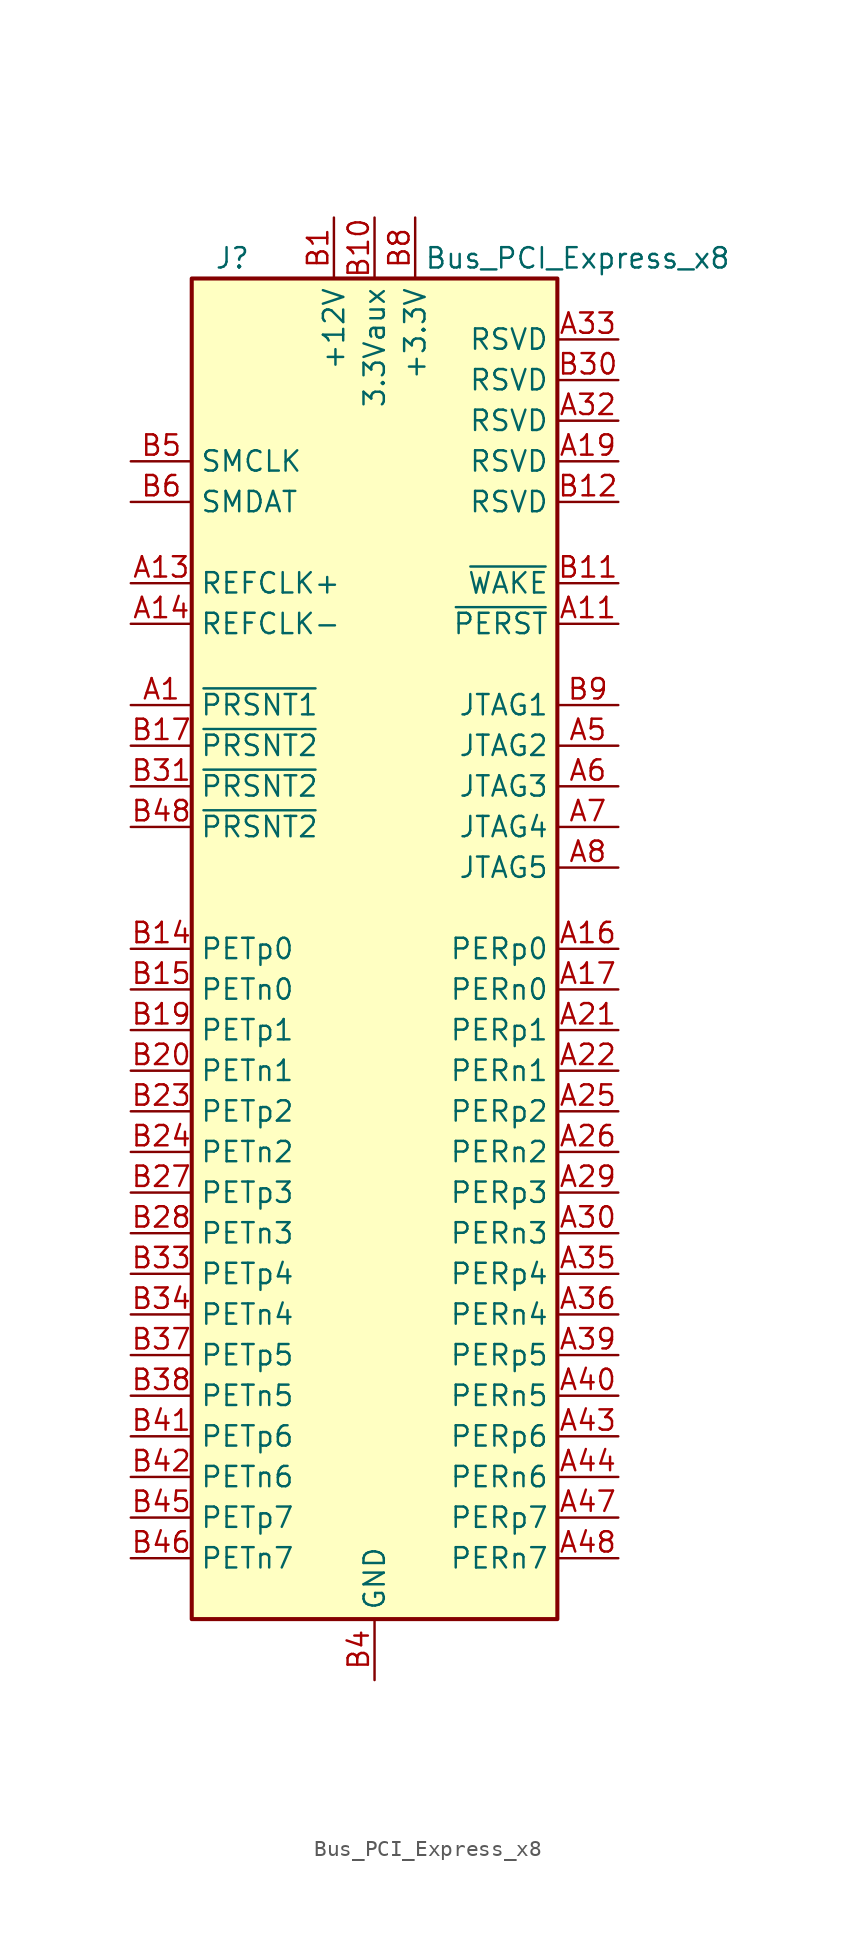
<source format=kicad_sym>
(kicad_symbol_lib
  (version 20201005)
  (generator kicad_symbol_editor)
  (symbol "Connector:Bus_PCI_Express_x8"
    (property "Reference" "J"
      (at -8.89 43.18 0)
      (effects (font (size 1.27 1.27))))
    (property "Value" "Bus_PCI_Express_x8"
      (at 12.7 43.18 0)
      (effects (font (size 1.27 1.27))))
    (symbol "Bus_PCI_Express_x8_0_1"
      (rectangle (start -11.43 41.91) (end 11.43 -41.91) (stroke (width 0.254)) (fill (type background))))
    (symbol "Bus_PCI_Express_x8_1_1"
      (pin passive line (at -15.24 15.24 0) (length 3.81) (name "~PRSNT1" (effects (font (size 1.27 1.27)))) (number "A1" (effects (font (size 1.27 1.27)))))
      (pin passive line (at 2.54 45.72 270) (length 3.81) hide (name "+3.3V" (effects (font (size 1.27 1.27)))) (number "A10" (effects (font (size 1.27 1.27)))))
      (pin input line (at 15.24 20.32 180) (length 3.81) (name "~PERST" (effects (font (size 1.27 1.27)))) (number "A11" (effects (font (size 1.27 1.27)))))
      (pin passive line (at 0 -45.72 90) (length 3.81) hide (name "GND" (effects (font (size 1.27 1.27)))) (number "A12" (effects (font (size 1.27 1.27)))))
      (pin input line (at -15.24 22.86 0) (length 3.81) (name "REFCLK+" (effects (font (size 1.27 1.27)))) (number "A13" (effects (font (size 1.27 1.27)))))
      (pin input line (at -15.24 20.32 0) (length 3.81) (name "REFCLK-" (effects (font (size 1.27 1.27)))) (number "A14" (effects (font (size 1.27 1.27)))))
      (pin passive line (at 0 -45.72 90) (length 3.81) hide (name "GND" (effects (font (size 1.27 1.27)))) (number "A15" (effects (font (size 1.27 1.27)))))
      (pin output line (at 15.24 0 180) (length 3.81) (name "PERp0" (effects (font (size 1.27 1.27)))) (number "A16" (effects (font (size 1.27 1.27)))))
      (pin output line (at 15.24 -2.54 180) (length 3.81) (name "PERn0" (effects (font (size 1.27 1.27)))) (number "A17" (effects (font (size 1.27 1.27)))))
      (pin passive line (at 0 -45.72 90) (length 3.81) hide (name "GND" (effects (font (size 1.27 1.27)))) (number "A18" (effects (font (size 1.27 1.27)))))
      (pin passive line (at 15.24 30.48 180) (length 3.81) (name "RSVD" (effects (font (size 1.27 1.27)))) (number "A19" (effects (font (size 1.27 1.27)))))
      (pin passive line (at -2.54 45.72 270) (length 3.81) hide (name "+12V" (effects (font (size 1.27 1.27)))) (number "A2" (effects (font (size 1.27 1.27)))))
      (pin passive line (at 0 -45.72 90) (length 3.81) hide (name "GND" (effects (font (size 1.27 1.27)))) (number "A20" (effects (font (size 1.27 1.27)))))
      (pin output line (at 15.24 -5.08 180) (length 3.81) (name "PERp1" (effects (font (size 1.27 1.27)))) (number "A21" (effects (font (size 1.27 1.27)))))
      (pin output line (at 15.24 -7.62 180) (length 3.81) (name "PERn1" (effects (font (size 1.27 1.27)))) (number "A22" (effects (font (size 1.27 1.27)))))
      (pin passive line (at 0 -45.72 90) (length 3.81) hide (name "GND" (effects (font (size 1.27 1.27)))) (number "A23" (effects (font (size 1.27 1.27)))))
      (pin passive line (at 0 -45.72 90) (length 3.81) hide (name "GND" (effects (font (size 1.27 1.27)))) (number "A24" (effects (font (size 1.27 1.27)))))
      (pin output line (at 15.24 -10.16 180) (length 3.81) (name "PERp2" (effects (font (size 1.27 1.27)))) (number "A25" (effects (font (size 1.27 1.27)))))
      (pin output line (at 15.24 -12.7 180) (length 3.81) (name "PERn2" (effects (font (size 1.27 1.27)))) (number "A26" (effects (font (size 1.27 1.27)))))
      (pin passive line (at 0 -45.72 90) (length 3.81) hide (name "GND" (effects (font (size 1.27 1.27)))) (number "A27" (effects (font (size 1.27 1.27)))))
      (pin passive line (at 0 -45.72 90) (length 3.81) hide (name "GND" (effects (font (size 1.27 1.27)))) (number "A28" (effects (font (size 1.27 1.27)))))
      (pin output line (at 15.24 -15.24 180) (length 3.81) (name "PERp3" (effects (font (size 1.27 1.27)))) (number "A29" (effects (font (size 1.27 1.27)))))
      (pin passive line (at -2.54 45.72 270) (length 3.81) hide (name "+12V" (effects (font (size 1.27 1.27)))) (number "A3" (effects (font (size 1.27 1.27)))))
      (pin output line (at 15.24 -17.78 180) (length 3.81) (name "PERn3" (effects (font (size 1.27 1.27)))) (number "A30" (effects (font (size 1.27 1.27)))))
      (pin passive line (at 0 -45.72 90) (length 3.81) hide (name "GND" (effects (font (size 1.27 1.27)))) (number "A31" (effects (font (size 1.27 1.27)))))
      (pin passive line (at 15.24 33.02 180) (length 3.81) (name "RSVD" (effects (font (size 1.27 1.27)))) (number "A32" (effects (font (size 1.27 1.27)))))
      (pin passive line (at 15.24 38.1 180) (length 3.81) (name "RSVD" (effects (font (size 1.27 1.27)))) (number "A33" (effects (font (size 1.27 1.27)))))
      (pin passive line (at 0 -45.72 90) (length 3.81) hide (name "GND" (effects (font (size 1.27 1.27)))) (number "A34" (effects (font (size 1.27 1.27)))))
      (pin output line (at 15.24 -20.32 180) (length 3.81) (name "PERp4" (effects (font (size 1.27 1.27)))) (number "A35" (effects (font (size 1.27 1.27)))))
      (pin output line (at 15.24 -22.86 180) (length 3.81) (name "PERn4" (effects (font (size 1.27 1.27)))) (number "A36" (effects (font (size 1.27 1.27)))))
      (pin passive line (at 0 -45.72 90) (length 3.81) hide (name "GND" (effects (font (size 1.27 1.27)))) (number "A37" (effects (font (size 1.27 1.27)))))
      (pin passive line (at 0 -45.72 90) (length 3.81) hide (name "GND" (effects (font (size 1.27 1.27)))) (number "A38" (effects (font (size 1.27 1.27)))))
      (pin output line (at 15.24 -25.4 180) (length 3.81) (name "PERp5" (effects (font (size 1.27 1.27)))) (number "A39" (effects (font (size 1.27 1.27)))))
      (pin passive line (at 0 -45.72 90) (length 3.81) hide (name "GND" (effects (font (size 1.27 1.27)))) (number "A4" (effects (font (size 1.27 1.27)))))
      (pin output line (at 15.24 -27.94 180) (length 3.81) (name "PERn5" (effects (font (size 1.27 1.27)))) (number "A40" (effects (font (size 1.27 1.27)))))
      (pin passive line (at 0 -45.72 90) (length 3.81) hide (name "GND" (effects (font (size 1.27 1.27)))) (number "A41" (effects (font (size 1.27 1.27)))))
      (pin passive line (at 0 -45.72 90) (length 3.81) hide (name "GND" (effects (font (size 1.27 1.27)))) (number "A42" (effects (font (size 1.27 1.27)))))
      (pin output line (at 15.24 -30.48 180) (length 3.81) (name "PERp6" (effects (font (size 1.27 1.27)))) (number "A43" (effects (font (size 1.27 1.27)))))
      (pin output line (at 15.24 -33.02 180) (length 3.81) (name "PERn6" (effects (font (size 1.27 1.27)))) (number "A44" (effects (font (size 1.27 1.27)))))
      (pin passive line (at 0 -45.72 90) (length 3.81) hide (name "GND" (effects (font (size 1.27 1.27)))) (number "A45" (effects (font (size 1.27 1.27)))))
      (pin passive line (at 0 -45.72 90) (length 3.81) hide (name "GND" (effects (font (size 1.27 1.27)))) (number "A46" (effects (font (size 1.27 1.27)))))
      (pin output line (at 15.24 -35.56 180) (length 3.81) (name "PERp7" (effects (font (size 1.27 1.27)))) (number "A47" (effects (font (size 1.27 1.27)))))
      (pin output line (at 15.24 -38.1 180) (length 3.81) (name "PERn7" (effects (font (size 1.27 1.27)))) (number "A48" (effects (font (size 1.27 1.27)))))
      (pin passive line (at 0 -45.72 90) (length 3.81) hide (name "GND" (effects (font (size 1.27 1.27)))) (number "A49" (effects (font (size 1.27 1.27)))))
      (pin input line (at 15.24 12.7 180) (length 3.81) (name "JTAG2" (effects (font (size 1.27 1.27)))) (number "A5" (effects (font (size 1.27 1.27)))))
      (pin input line (at 15.24 10.16 180) (length 3.81) (name "JTAG3" (effects (font (size 1.27 1.27)))) (number "A6" (effects (font (size 1.27 1.27)))))
      (pin output line (at 15.24 7.62 180) (length 3.81) (name "JTAG4" (effects (font (size 1.27 1.27)))) (number "A7" (effects (font (size 1.27 1.27)))))
      (pin input line (at 15.24 5.08 180) (length 3.81) (name "JTAG5" (effects (font (size 1.27 1.27)))) (number "A8" (effects (font (size 1.27 1.27)))))
      (pin passive line (at 2.54 45.72 270) (length 3.81) hide (name "+3.3V" (effects (font (size 1.27 1.27)))) (number "A9" (effects (font (size 1.27 1.27)))))
      (pin power_in line (at -2.54 45.72 270) (length 3.81) (name "+12V" (effects (font (size 1.27 1.27)))) (number "B1" (effects (font (size 1.27 1.27)))))
      (pin power_in line (at 0 45.72 270) (length 3.81) (name "3.3Vaux" (effects (font (size 1.27 1.27)))) (number "B10" (effects (font (size 1.27 1.27)))))
      (pin open_collector line (at 15.24 22.86 180) (length 3.81) (name "~WAKE" (effects (font (size 1.27 1.27)))) (number "B11" (effects (font (size 1.27 1.27)))))
      (pin passive line (at 15.24 27.94 180) (length 3.81) (name "RSVD" (effects (font (size 1.27 1.27)))) (number "B12" (effects (font (size 1.27 1.27)))))
      (pin passive line (at 0 -45.72 90) (length 3.81) hide (name "GND" (effects (font (size 1.27 1.27)))) (number "B13" (effects (font (size 1.27 1.27)))))
      (pin input line (at -15.24 0 0) (length 3.81) (name "PETp0" (effects (font (size 1.27 1.27)))) (number "B14" (effects (font (size 1.27 1.27)))))
      (pin input line (at -15.24 -2.54 0) (length 3.81) (name "PETn0" (effects (font (size 1.27 1.27)))) (number "B15" (effects (font (size 1.27 1.27)))))
      (pin passive line (at 0 -45.72 90) (length 3.81) hide (name "GND" (effects (font (size 1.27 1.27)))) (number "B16" (effects (font (size 1.27 1.27)))))
      (pin passive line (at -15.24 12.7 0) (length 3.81) (name "~PRSNT2" (effects (font (size 1.27 1.27)))) (number "B17" (effects (font (size 1.27 1.27)))))
      (pin passive line (at 0 -45.72 90) (length 3.81) hide (name "GND" (effects (font (size 1.27 1.27)))) (number "B18" (effects (font (size 1.27 1.27)))))
      (pin input line (at -15.24 -5.08 0) (length 3.81) (name "PETp1" (effects (font (size 1.27 1.27)))) (number "B19" (effects (font (size 1.27 1.27)))))
      (pin passive line (at -2.54 45.72 270) (length 3.81) hide (name "+12V" (effects (font (size 1.27 1.27)))) (number "B2" (effects (font (size 1.27 1.27)))))
      (pin input line (at -15.24 -7.62 0) (length 3.81) (name "PETn1" (effects (font (size 1.27 1.27)))) (number "B20" (effects (font (size 1.27 1.27)))))
      (pin passive line (at 0 -45.72 90) (length 3.81) hide (name "GND" (effects (font (size 1.27 1.27)))) (number "B21" (effects (font (size 1.27 1.27)))))
      (pin passive line (at 0 -45.72 90) (length 3.81) hide (name "GND" (effects (font (size 1.27 1.27)))) (number "B22" (effects (font (size 1.27 1.27)))))
      (pin input line (at -15.24 -10.16 0) (length 3.81) (name "PETp2" (effects (font (size 1.27 1.27)))) (number "B23" (effects (font (size 1.27 1.27)))))
      (pin input line (at -15.24 -12.7 0) (length 3.81) (name "PETn2" (effects (font (size 1.27 1.27)))) (number "B24" (effects (font (size 1.27 1.27)))))
      (pin passive line (at 0 -45.72 90) (length 3.81) hide (name "GND" (effects (font (size 1.27 1.27)))) (number "B25" (effects (font (size 1.27 1.27)))))
      (pin passive line (at 0 -45.72 90) (length 3.81) hide (name "GND" (effects (font (size 1.27 1.27)))) (number "B26" (effects (font (size 1.27 1.27)))))
      (pin input line (at -15.24 -15.24 0) (length 3.81) (name "PETp3" (effects (font (size 1.27 1.27)))) (number "B27" (effects (font (size 1.27 1.27)))))
      (pin input line (at -15.24 -17.78 0) (length 3.81) (name "PETn3" (effects (font (size 1.27 1.27)))) (number "B28" (effects (font (size 1.27 1.27)))))
      (pin passive line (at 0 -45.72 90) (length 3.81) hide (name "GND" (effects (font (size 1.27 1.27)))) (number "B29" (effects (font (size 1.27 1.27)))))
      (pin passive line (at -2.54 45.72 270) (length 3.81) hide (name "+12V" (effects (font (size 1.27 1.27)))) (number "B3" (effects (font (size 1.27 1.27)))))
      (pin passive line (at 15.24 35.56 180) (length 3.81) (name "RSVD" (effects (font (size 1.27 1.27)))) (number "B30" (effects (font (size 1.27 1.27)))))
      (pin passive line (at -15.24 10.16 0) (length 3.81) (name "~PRSNT2" (effects (font (size 1.27 1.27)))) (number "B31" (effects (font (size 1.27 1.27)))))
      (pin passive line (at 0 -45.72 90) (length 3.81) hide (name "GND" (effects (font (size 1.27 1.27)))) (number "B32" (effects (font (size 1.27 1.27)))))
      (pin input line (at -15.24 -20.32 0) (length 3.81) (name "PETp4" (effects (font (size 1.27 1.27)))) (number "B33" (effects (font (size 1.27 1.27)))))
      (pin input line (at -15.24 -22.86 0) (length 3.81) (name "PETn4" (effects (font (size 1.27 1.27)))) (number "B34" (effects (font (size 1.27 1.27)))))
      (pin passive line (at 0 -45.72 90) (length 3.81) hide (name "GND" (effects (font (size 1.27 1.27)))) (number "B35" (effects (font (size 1.27 1.27)))))
      (pin passive line (at 0 -45.72 90) (length 3.81) hide (name "GND" (effects (font (size 1.27 1.27)))) (number "B36" (effects (font (size 1.27 1.27)))))
      (pin input line (at -15.24 -25.4 0) (length 3.81) (name "PETp5" (effects (font (size 1.27 1.27)))) (number "B37" (effects (font (size 1.27 1.27)))))
      (pin input line (at -15.24 -27.94 0) (length 3.81) (name "PETn5" (effects (font (size 1.27 1.27)))) (number "B38" (effects (font (size 1.27 1.27)))))
      (pin passive line (at 0 -45.72 90) (length 3.81) hide (name "GND" (effects (font (size 1.27 1.27)))) (number "B39" (effects (font (size 1.27 1.27)))))
      (pin power_in line (at 0 -45.72 90) (length 3.81) (name "GND" (effects (font (size 1.27 1.27)))) (number "B4" (effects (font (size 1.27 1.27)))))
      (pin passive line (at 0 -45.72 90) (length 3.81) hide (name "GND" (effects (font (size 1.27 1.27)))) (number "B40" (effects (font (size 1.27 1.27)))))
      (pin input line (at -15.24 -30.48 0) (length 3.81) (name "PETp6" (effects (font (size 1.27 1.27)))) (number "B41" (effects (font (size 1.27 1.27)))))
      (pin input line (at -15.24 -33.02 0) (length 3.81) (name "PETn6" (effects (font (size 1.27 1.27)))) (number "B42" (effects (font (size 1.27 1.27)))))
      (pin passive line (at 0 -45.72 90) (length 3.81) hide (name "GND" (effects (font (size 1.27 1.27)))) (number "B43" (effects (font (size 1.27 1.27)))))
      (pin passive line (at 0 -45.72 90) (length 3.81) hide (name "GND" (effects (font (size 1.27 1.27)))) (number "B44" (effects (font (size 1.27 1.27)))))
      (pin input line (at -15.24 -35.56 0) (length 3.81) (name "PETp7" (effects (font (size 1.27 1.27)))) (number "B45" (effects (font (size 1.27 1.27)))))
      (pin input line (at -15.24 -38.1 0) (length 3.81) (name "PETn7" (effects (font (size 1.27 1.27)))) (number "B46" (effects (font (size 1.27 1.27)))))
      (pin passive line (at 0 -45.72 90) (length 3.81) hide (name "GND" (effects (font (size 1.27 1.27)))) (number "B47" (effects (font (size 1.27 1.27)))))
      (pin passive line (at -15.24 7.62 0) (length 3.81) (name "~PRSNT2" (effects (font (size 1.27 1.27)))) (number "B48" (effects (font (size 1.27 1.27)))))
      (pin passive line (at 0 -45.72 90) (length 3.81) hide (name "GND" (effects (font (size 1.27 1.27)))) (number "B49" (effects (font (size 1.27 1.27)))))
      (pin input line (at -15.24 30.48 0) (length 3.81) (name "SMCLK" (effects (font (size 1.27 1.27)))) (number "B5" (effects (font (size 1.27 1.27)))))
      (pin bidirectional line (at -15.24 27.94 0) (length 3.81) (name "SMDAT" (effects (font (size 1.27 1.27)))) (number "B6" (effects (font (size 1.27 1.27)))))
      (pin passive line (at 0 -45.72 90) (length 3.81) hide (name "GND" (effects (font (size 1.27 1.27)))) (number "B7" (effects (font (size 1.27 1.27)))))
      (pin power_in line (at 2.54 45.72 270) (length 3.81) (name "+3.3V" (effects (font (size 1.27 1.27)))) (number "B8" (effects (font (size 1.27 1.27)))))
      (pin input line (at 15.24 15.24 180) (length 3.81) (name "JTAG1" (effects (font (size 1.27 1.27)))) (number "B9" (effects (font (size 1.27 1.27))))))))
</source>
